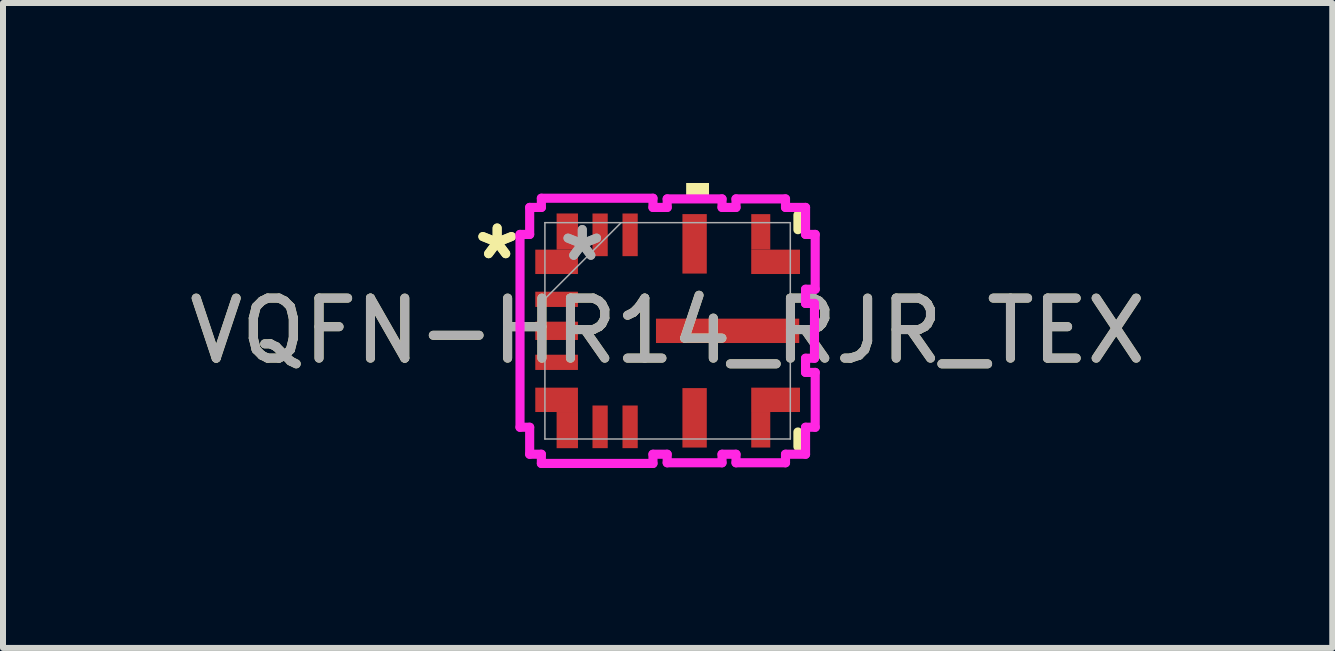
<source format=kicad_pcb>
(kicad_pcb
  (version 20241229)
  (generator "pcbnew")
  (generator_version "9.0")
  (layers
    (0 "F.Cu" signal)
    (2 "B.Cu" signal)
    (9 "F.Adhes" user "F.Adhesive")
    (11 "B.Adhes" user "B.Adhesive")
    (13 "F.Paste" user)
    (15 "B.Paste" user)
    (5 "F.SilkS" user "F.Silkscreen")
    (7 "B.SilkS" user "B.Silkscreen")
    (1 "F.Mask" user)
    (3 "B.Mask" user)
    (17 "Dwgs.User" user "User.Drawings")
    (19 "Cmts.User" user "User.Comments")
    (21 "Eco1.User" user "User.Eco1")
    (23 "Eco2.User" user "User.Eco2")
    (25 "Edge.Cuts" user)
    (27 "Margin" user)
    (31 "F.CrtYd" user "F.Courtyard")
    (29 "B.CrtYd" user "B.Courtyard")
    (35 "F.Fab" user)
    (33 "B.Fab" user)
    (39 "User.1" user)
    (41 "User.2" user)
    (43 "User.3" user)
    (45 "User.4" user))
  (footprint "VQFN-HR14_RJR_TEX"
    (layer "F.Cu")
    (at 8.077 2.464)
    (property "Reference" "VQFN-HR14_RJR_TEX" (at 0 0 0) (unlocked yes) (layer "F.SilkS") (effects (font (size 1 1) (thickness 0.15))))
    (attr smd)
    (fp_poly (pts (xy -1.494 -1.353) (xy -1.494 -1.956) (xy -1.85 -1.956) (xy -1.85 -1.353)) (stroke (width 0) (type solid)) (fill yes) (layer "F.Cu"))
    (fp_poly (pts (xy -1.494 1.353) (xy -1.494 1.956) (xy -1.85 1.956) (xy -1.85 1.353)) (stroke (width 0) (type solid)) (fill yes) (layer "F.Cu"))
    (fp_poly (pts (xy 1.394 -1.353) (xy 1.394 -1.945) (xy 1.711 -1.945) (xy 1.711 -1.353)) (stroke (width 0) (type solid)) (fill yes) (layer "F.Cu"))
    (fp_poly (pts (xy 1.394 1.353) (xy 1.394 1.945) (xy 1.711 1.945) (xy 1.711 1.353)) (stroke (width 0) (type solid)) (fill yes) (layer "F.Cu"))
    (fp_poly (pts (xy -1.494 -1.353) (xy -1.494 -1.956) (xy -1.85 -1.956) (xy -1.85 -1.353)) (stroke (width 0) (type solid)) (fill yes) (layer "F.Mask"))
    (fp_poly (pts (xy -1.494 1.353) (xy -1.494 1.956) (xy -1.85 1.956) (xy -1.85 1.353)) (stroke (width 0) (type solid)) (fill yes) (layer "F.Mask"))
    (fp_poly (pts (xy 1.394 -1.353) (xy 1.394 -1.945) (xy 1.711 -1.945) (xy 1.711 -1.353)) (stroke (width 0) (type solid)) (fill yes) (layer "F.Mask"))
    (fp_poly (pts (xy 1.394 1.353) (xy 1.394 1.945) (xy 1.711 1.945) (xy 1.711 1.353)) (stroke (width 0) (type solid)) (fill yes) (layer "F.Mask"))
    (fp_line (start 2.172 -1.93) (end 2.172 -1.686) (stroke (width 0.152) (type solid)) (layer "F.SilkS"))
    (fp_line (start 2.172 1.686) (end 2.172 1.93) (stroke (width 0.152) (type solid)) (layer "F.SilkS"))
    (fp_poly (pts (xy 0.309 -2.21) (xy 0.309 -2.464) (xy 0.69 -2.464) (xy 0.69 -2.21)) (stroke (width 0) (type solid)) (fill yes) (layer "F.SilkS"))
    (fp_poly (pts (xy -1.494 -1.353) (xy -1.494 -1.956) (xy -1.85 -1.956) (xy -1.85 -1.353)) (stroke (width 0) (type solid)) (fill yes) (layer "F.Paste"))
    (fp_poly (pts (xy -1.494 1.353) (xy -1.494 1.956) (xy -1.85 1.956) (xy -1.85 1.353)) (stroke (width 0) (type solid)) (fill yes) (layer "F.Paste"))
    (fp_poly (pts (xy 1.394 -1.353) (xy 1.394 -1.945) (xy 1.711 -1.945) (xy 1.711 -1.353)) (stroke (width 0) (type solid)) (fill yes) (layer "F.Paste"))
    (fp_poly (pts (xy 1.394 1.353) (xy 1.394 1.945) (xy 1.711 1.945) (xy 1.711 1.353)) (stroke (width 0) (type solid)) (fill yes) (layer "F.Paste"))
    (fp_line (start -2.46 -1.607) (end -2.46 1.607) (stroke (width 0.152) (type solid)) (layer "F.CrtYd"))
    (fp_line (start -2.46 1.607) (end -2.299 1.607) (stroke (width 0.152) (type solid)) (layer "F.CrtYd"))
    (fp_line (start -2.299 -2.057) (end -2.299 -1.607) (stroke (width 0.152) (type solid)) (layer "F.CrtYd"))
    (fp_line (start -2.299 -1.607) (end -2.46 -1.607) (stroke (width 0.152) (type solid)) (layer "F.CrtYd"))
    (fp_line (start -2.299 1.607) (end -2.299 2.057) (stroke (width 0.152) (type solid)) (layer "F.CrtYd"))
    (fp_line (start -2.299 2.057) (end -2.104 2.057) (stroke (width 0.152) (type solid)) (layer "F.CrtYd"))
    (fp_line (start -2.104 -2.21) (end -2.104 -2.057) (stroke (width 0.152) (type solid)) (layer "F.CrtYd"))
    (fp_line (start -2.104 -2.057) (end -2.299 -2.057) (stroke (width 0.152) (type solid)) (layer "F.CrtYd"))
    (fp_line (start -2.104 2.057) (end -2.104 2.21) (stroke (width 0.152) (type solid)) (layer "F.CrtYd"))
    (fp_line (start -2.104 2.21) (end -0.244 2.21) (stroke (width 0.152) (type solid)) (layer "F.CrtYd"))
    (fp_line (start -0.244 -2.21) (end -2.104 -2.21) (stroke (width 0.152) (type solid)) (layer "F.CrtYd"))
    (fp_line (start -0.244 -2.057) (end -0.244 -2.21) (stroke (width 0.152) (type solid)) (layer "F.CrtYd"))
    (fp_line (start -0.244 2.057) (end -0.007 2.057) (stroke (width 0.152) (type solid)) (layer "F.CrtYd"))
    (fp_line (start -0.244 2.21) (end -0.244 2.057) (stroke (width 0.152) (type solid)) (layer "F.CrtYd"))
    (fp_line (start -0.007 -2.199) (end -0.007 -2.057) (stroke (width 0.152) (type solid)) (layer "F.CrtYd"))
    (fp_line (start -0.007 -2.057) (end -0.244 -2.057) (stroke (width 0.152) (type solid)) (layer "F.CrtYd"))
    (fp_line (start -0.007 2.057) (end -0.007 2.199) (stroke (width 0.152) (type solid)) (layer "F.CrtYd"))
    (fp_line (start -0.007 2.199) (end 0.907 2.199) (stroke (width 0.152) (type solid)) (layer "F.CrtYd"))
    (fp_line (start 0.907 -2.199) (end -0.007 -2.199) (stroke (width 0.152) (type solid)) (layer "F.CrtYd"))
    (fp_line (start 0.907 -2.057) (end 0.907 -2.199) (stroke (width 0.152) (type solid)) (layer "F.CrtYd"))
    (fp_line (start 0.907 2.057) (end 1.14 2.057) (stroke (width 0.152) (type solid)) (layer "F.CrtYd"))
    (fp_line (start 0.907 2.199) (end 0.907 2.057) (stroke (width 0.152) (type solid)) (layer "F.CrtYd"))
    (fp_line (start 1.14 -2.199) (end 1.14 -2.057) (stroke (width 0.152) (type solid)) (layer "F.CrtYd"))
    (fp_line (start 1.14 -2.057) (end 0.907 -2.057) (stroke (width 0.152) (type solid)) (layer "F.CrtYd"))
    (fp_line (start 1.14 2.057) (end 1.14 2.199) (stroke (width 0.152) (type solid)) (layer "F.CrtYd"))
    (fp_line (start 1.14 2.199) (end 1.965 2.199) (stroke (width 0.152) (type solid)) (layer "F.CrtYd"))
    (fp_line (start 1.965 -2.199) (end 1.14 -2.199) (stroke (width 0.152) (type solid)) (layer "F.CrtYd"))
    (fp_line (start 1.965 -2.057) (end 1.965 -2.199) (stroke (width 0.152) (type solid)) (layer "F.CrtYd"))
    (fp_line (start 1.965 2.057) (end 2.299 2.057) (stroke (width 0.152) (type solid)) (layer "F.CrtYd"))
    (fp_line (start 1.965 2.199) (end 1.965 2.057) (stroke (width 0.152) (type solid)) (layer "F.CrtYd"))
    (fp_line (start 2.299 -2.057) (end 1.965 -2.057) (stroke (width 0.152) (type solid)) (layer "F.CrtYd"))
    (fp_line (start 2.299 -1.607) (end 2.299 -2.057) (stroke (width 0.152) (type solid)) (layer "F.CrtYd"))
    (fp_line (start 2.299 -0.693) (end 2.46 -0.693) (stroke (width 0.152) (type solid)) (layer "F.CrtYd"))
    (fp_line (start 2.299 -0.457) (end 2.299 -0.693) (stroke (width 0.152) (type solid)) (layer "F.CrtYd"))
    (fp_line (start 2.299 0.457) (end 2.448 0.457) (stroke (width 0.152) (type solid)) (layer "F.CrtYd"))
    (fp_line (start 2.299 0.693) (end 2.299 0.457) (stroke (width 0.152) (type solid)) (layer "F.CrtYd"))
    (fp_line (start 2.299 1.607) (end 2.46 1.607) (stroke (width 0.152) (type solid)) (layer "F.CrtYd"))
    (fp_line (start 2.299 2.057) (end 2.299 1.607) (stroke (width 0.152) (type solid)) (layer "F.CrtYd"))
    (fp_line (start 2.448 -0.457) (end 2.299 -0.457) (stroke (width 0.152) (type solid)) (layer "F.CrtYd"))
    (fp_line (start 2.448 0.457) (end 2.448 -0.457) (stroke (width 0.152) (type solid)) (layer "F.CrtYd"))
    (fp_line (start 2.46 -1.607) (end 2.299 -1.607) (stroke (width 0.152) (type solid)) (layer "F.CrtYd"))
    (fp_line (start 2.46 -0.693) (end 2.46 -1.607) (stroke (width 0.152) (type solid)) (layer "F.CrtYd"))
    (fp_line (start 2.46 0.693) (end 2.299 0.693) (stroke (width 0.152) (type solid)) (layer "F.CrtYd"))
    (fp_line (start 2.46 1.607) (end 2.46 0.693) (stroke (width 0.152) (type solid)) (layer "F.CrtYd"))
    (fp_line (start -2.045 -1.803) (end -2.045 1.803) (stroke (width 0.025) (type solid)) (layer "F.Fab"))
    (fp_line (start -2.045 -0.533) (end -0.775 -1.803) (stroke (width 0.025) (type solid)) (layer "F.Fab"))
    (fp_line (start -2.045 1.803) (end 2.045 1.803) (stroke (width 0.025) (type solid)) (layer "F.Fab"))
    (fp_line (start 2.045 -1.803) (end -2.045 -1.803) (stroke (width 0.025) (type solid)) (layer "F.Fab"))
    (fp_line (start 2.045 1.803) (end 2.045 -1.803) (stroke (width 0.025) (type solid)) (layer "F.Fab"))
    (fp_text user "*" (at -2.841 -1.169 0) (layer "F.SilkS") (effects (font (size 1 1) (thickness 0.15))))
    (fp_text user "*" (at -2.841 -1.169 0) (unlocked yes) (layer "F.SilkS") (effects (font (size 1 1) (thickness 0.15))))
    (fp_text user "${REFERENCE}" (at 0 0 0) (unlocked yes) (layer "F.Fab") (effects (font (size 1 1) (thickness 0.15))))
    (fp_text user "*" (at -1.422 -1.143 0) (unlocked yes) (layer "F.Fab") (effects (font (size 1 1) (thickness 0.15))))
    (fp_text user "*" (at -1.422 -1.143 0) (layer "F.Fab") (effects (font (size 1 1) (thickness 0.15))))
    (pad "1" smd rect (at -1.85 -1.15 90) (size 0.406 0.711) (layers "F.Cu" "F.Mask" "F.Paste"))
    (pad "2" smd rect (at -1.85 -0.525 90) (size 0.254 0.711) (layers "F.Cu" "F.Mask" "F.Paste"))
    (pad "3" smd rect (at -1.85 0 90) (size 0.305 0.711) (layers "F.Cu" "F.Mask" "F.Paste"))
    (pad "4" smd rect (at -1.85 0.525 90) (size 0.254 0.711) (layers "F.Cu" "F.Mask" "F.Paste"))
    (pad "5" smd rect (at -1.85 1.15 90) (size 0.406 0.711) (layers "F.Cu" "F.Mask" "F.Paste"))
    (pad "6" smd rect (at -1.125 1.6) (size 0.254 0.711) (layers "F.Cu" "F.Mask" "F.Paste"))
    (pad "7" smd rect (at -0.625 1.6) (size 0.254 0.711) (layers "F.Cu" "F.Mask" "F.Paste"))
    (pad "8" smd rect (at 0.45 1.45) (size 0.406 0.991) (layers "F.Cu" "F.Mask" "F.Paste"))
    (pad "9" smd rect (at 1.8 1.15 90) (size 0.406 0.813) (layers "F.Cu" "F.Mask" "F.Paste"))
    (pad "10" smd rect (at 1 0 90) (size 0.406 2.388) (layers "F.Cu" "F.Mask" "F.Paste"))
    (pad "11" smd rect (at 1.8 -1.15 90) (size 0.406 0.813) (layers "F.Cu" "F.Mask" "F.Paste"))
    (pad "12" smd rect (at 0.45 -1.45) (size 0.406 0.991) (layers "F.Cu" "F.Mask" "F.Paste"))
    (pad "13" smd rect (at -0.625 -1.6) (size 0.254 0.711) (layers "F.Cu" "F.Mask" "F.Paste"))
    (pad "14" smd rect (at -1.125 -1.6) (size 0.254 0.711) (layers "F.Cu" "F.Mask" "F.Paste")))
  (gr_rect
    (start -3 -3)
    (end 19.155 7.749)
    (stroke (width 0.1) (type default))
    (fill no)
    (layer "Edge.Cuts")))
</source>
